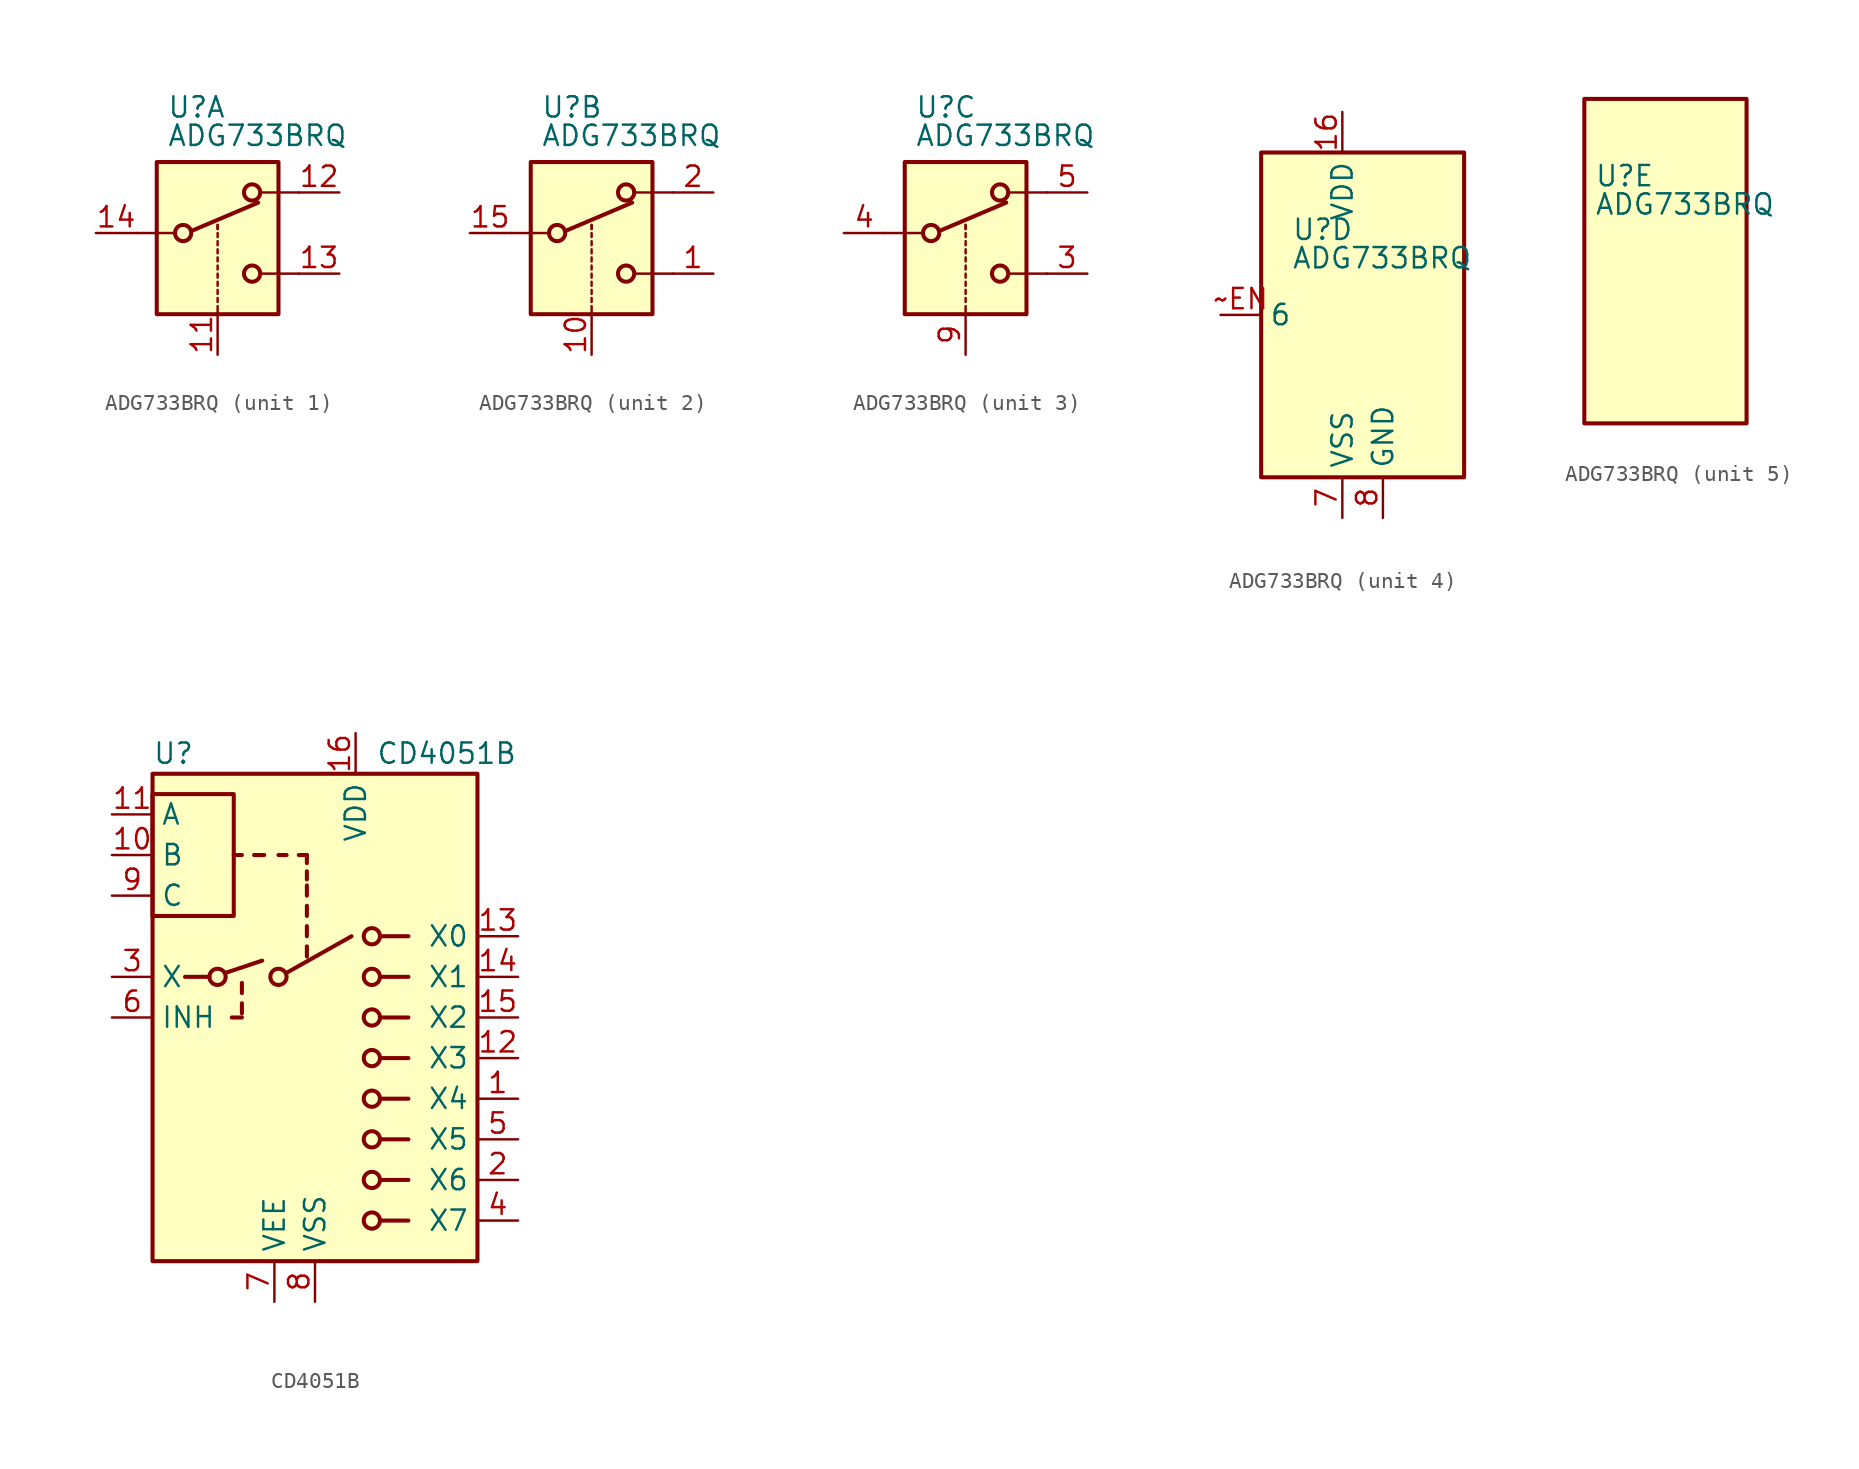
<source format=kicad_sym>
(kicad_symbol_lib
  (version 20201005)
  (generator kicad_symbol_editor)
  (symbol "ADG733BRQ"
    (property "Reference" "U"
      (at -3.175 5.334 0)
      (effects (font (size 1.27 1.27)) (justify left)))
    (property "Value" "ADG733BRQ"
      (at -3.175 3.556 0)
      (effects (font (size 1.27 1.27)) (justify left)))
    (symbol "ADG733BRQ_1_1"
      (circle (center -2.159 -2.54) (radius 0.508) (stroke (width 0.254)) (fill (type none)))
      (circle (center 2.159 -5.08) (radius 0.508) (stroke (width 0.254)) (fill (type none)))
      (circle (center 2.159 0) (radius 0.508) (stroke (width 0.254)) (fill (type none)))
      (rectangle (start -3.81 1.905) (end 3.81 -7.62) (stroke (width 0.254)) (fill (type background)))
      (polyline (pts (xy -5.08 -2.54) (xy -2.794 -2.54)) (stroke (width 0)) (fill (type none)))
      (polyline (pts (xy -1.651 -2.413) (xy 2.54 -0.635)) (stroke (width 0.254)) (fill (type none)))
      (polyline (pts (xy 0 -7.62) (xy 0 -7.112)) (stroke (width 0)) (fill (type none)))
      (polyline (pts (xy 0 -6.858) (xy 0 -6.604)) (stroke (width 0)) (fill (type none)))
      (polyline (pts (xy 0 -6.35) (xy 0 -6.096)) (stroke (width 0)) (fill (type none)))
      (polyline (pts (xy 0 -5.842) (xy 0 -5.588)) (stroke (width 0)) (fill (type none)))
      (polyline (pts (xy 0 -5.334) (xy 0 -5.08)) (stroke (width 0)) (fill (type none)))
      (polyline (pts (xy 0 -4.826) (xy 0 -4.572)) (stroke (width 0)) (fill (type none)))
      (polyline (pts (xy 0 -4.318) (xy 0 -4.064)) (stroke (width 0)) (fill (type none)))
      (polyline (pts (xy 0 -3.81) (xy 0 -3.556)) (stroke (width 0)) (fill (type none)))
      (polyline (pts (xy 0 -3.302) (xy 0 -3.048)) (stroke (width 0)) (fill (type none)))
      (polyline (pts (xy 0 -2.794) (xy 0 -2.54)) (stroke (width 0)) (fill (type none)))
      (polyline (pts (xy 0 -2.286) (xy 0 -2.032)) (stroke (width 0)) (fill (type none)))
      (polyline (pts (xy 0 -2.286) (xy 0 -2.032)) (stroke (width 0)) (fill (type none)))
      (polyline (pts (xy 5.08 -5.08) (xy 2.794 -5.08)) (stroke (width 0)) (fill (type none)))
      (polyline (pts (xy 5.08 0) (xy 2.794 0)) (stroke (width 0)) (fill (type none)))
      (pin input line (at 0 -10.16 90) (length 2.54) (name "~" (effects (font (size 1.27 1.27)))) (number "11" (effects (font (size 1.27 1.27)))))
      (pin passive line (at 7.62 0 180) (length 2.54) (name "~" (effects (font (size 1.27 1.27)))) (number "12" (effects (font (size 1.27 1.27)))))
      (pin passive line (at 7.62 -5.08 180) (length 2.54) (name "~" (effects (font (size 1.27 1.27)))) (number "13" (effects (font (size 1.27 1.27)))))
      (pin passive line (at -7.62 -2.54 0) (length 2.54) (name "~" (effects (font (size 1.27 1.27)))) (number "14" (effects (font (size 1.27 1.27))))))
    (symbol "ADG733BRQ_2_1"
      (circle (center -2.159 -2.54) (radius 0.508) (stroke (width 0.254)) (fill (type none)))
      (circle (center 2.159 -5.08) (radius 0.508) (stroke (width 0.254)) (fill (type none)))
      (circle (center 2.159 0) (radius 0.508) (stroke (width 0.254)) (fill (type none)))
      (rectangle (start -3.81 1.905) (end 3.81 -7.62) (stroke (width 0.254)) (fill (type background)))
      (polyline (pts (xy -5.08 -2.54) (xy -2.794 -2.54)) (stroke (width 0)) (fill (type none)))
      (polyline (pts (xy -1.651 -2.413) (xy 2.54 -0.635)) (stroke (width 0.254)) (fill (type none)))
      (polyline (pts (xy 0 -7.62) (xy 0 -7.112)) (stroke (width 0)) (fill (type none)))
      (polyline (pts (xy 0 -6.858) (xy 0 -6.604)) (stroke (width 0)) (fill (type none)))
      (polyline (pts (xy 0 -6.35) (xy 0 -6.096)) (stroke (width 0)) (fill (type none)))
      (polyline (pts (xy 0 -5.842) (xy 0 -5.588)) (stroke (width 0)) (fill (type none)))
      (polyline (pts (xy 0 -5.334) (xy 0 -5.08)) (stroke (width 0)) (fill (type none)))
      (polyline (pts (xy 0 -4.826) (xy 0 -4.572)) (stroke (width 0)) (fill (type none)))
      (polyline (pts (xy 0 -4.318) (xy 0 -4.064)) (stroke (width 0)) (fill (type none)))
      (polyline (pts (xy 0 -3.81) (xy 0 -3.556)) (stroke (width 0)) (fill (type none)))
      (polyline (pts (xy 0 -3.302) (xy 0 -3.048)) (stroke (width 0)) (fill (type none)))
      (polyline (pts (xy 0 -2.794) (xy 0 -2.54)) (stroke (width 0)) (fill (type none)))
      (polyline (pts (xy 0 -2.286) (xy 0 -2.032)) (stroke (width 0)) (fill (type none)))
      (polyline (pts (xy 0 -2.286) (xy 0 -2.032)) (stroke (width 0)) (fill (type none)))
      (polyline (pts (xy 5.08 -5.08) (xy 2.794 -5.08)) (stroke (width 0)) (fill (type none)))
      (polyline (pts (xy 5.08 0) (xy 2.794 0)) (stroke (width 0)) (fill (type none)))
      (pin passive line (at 7.62 -5.08 180) (length 2.54) (name "~" (effects (font (size 1.27 1.27)))) (number "1" (effects (font (size 1.27 1.27)))))
      (pin input line (at 0 -10.16 90) (length 2.54) (name "~" (effects (font (size 1.27 1.27)))) (number "10" (effects (font (size 1.27 1.27)))))
      (pin passive line (at -7.62 -2.54 0) (length 2.54) (name "~" (effects (font (size 1.27 1.27)))) (number "15" (effects (font (size 1.27 1.27)))))
      (pin passive line (at 7.62 0 180) (length 2.54) (name "~" (effects (font (size 1.27 1.27)))) (number "2" (effects (font (size 1.27 1.27))))))
    (symbol "ADG733BRQ_3_1"
      (circle (center -2.159 -2.54) (radius 0.508) (stroke (width 0.254)) (fill (type none)))
      (circle (center 2.159 -5.08) (radius 0.508) (stroke (width 0.254)) (fill (type none)))
      (circle (center 2.159 0) (radius 0.508) (stroke (width 0.254)) (fill (type none)))
      (rectangle (start -3.81 1.905) (end 3.81 -7.62) (stroke (width 0.254)) (fill (type background)))
      (polyline (pts (xy -5.08 -2.54) (xy -2.794 -2.54)) (stroke (width 0)) (fill (type none)))
      (polyline (pts (xy -1.651 -2.413) (xy 2.54 -0.635)) (stroke (width 0.254)) (fill (type none)))
      (polyline (pts (xy 0 -7.62) (xy 0 -7.112)) (stroke (width 0)) (fill (type none)))
      (polyline (pts (xy 0 -6.858) (xy 0 -6.604)) (stroke (width 0)) (fill (type none)))
      (polyline (pts (xy 0 -6.35) (xy 0 -6.096)) (stroke (width 0)) (fill (type none)))
      (polyline (pts (xy 0 -5.842) (xy 0 -5.588)) (stroke (width 0)) (fill (type none)))
      (polyline (pts (xy 0 -5.334) (xy 0 -5.08)) (stroke (width 0)) (fill (type none)))
      (polyline (pts (xy 0 -4.826) (xy 0 -4.572)) (stroke (width 0)) (fill (type none)))
      (polyline (pts (xy 0 -4.318) (xy 0 -4.064)) (stroke (width 0)) (fill (type none)))
      (polyline (pts (xy 0 -3.81) (xy 0 -3.556)) (stroke (width 0)) (fill (type none)))
      (polyline (pts (xy 0 -3.302) (xy 0 -3.048)) (stroke (width 0)) (fill (type none)))
      (polyline (pts (xy 0 -2.794) (xy 0 -2.54)) (stroke (width 0)) (fill (type none)))
      (polyline (pts (xy 0 -2.286) (xy 0 -2.032)) (stroke (width 0)) (fill (type none)))
      (polyline (pts (xy 0 -2.286) (xy 0 -2.032)) (stroke (width 0)) (fill (type none)))
      (polyline (pts (xy 5.08 -5.08) (xy 2.794 -5.08)) (stroke (width 0)) (fill (type none)))
      (polyline (pts (xy 5.08 0) (xy 2.794 0)) (stroke (width 0)) (fill (type none)))
      (pin passive line (at 7.62 -5.08 180) (length 2.54) (name "~" (effects (font (size 1.27 1.27)))) (number "3" (effects (font (size 1.27 1.27)))))
      (pin passive line (at -7.62 -2.54 0) (length 2.54) (name "~" (effects (font (size 1.27 1.27)))) (number "4" (effects (font (size 1.27 1.27)))))
      (pin passive line (at 7.62 0 180) (length 2.54) (name "~" (effects (font (size 1.27 1.27)))) (number "5" (effects (font (size 1.27 1.27)))))
      (pin input line (at 0 -10.16 90) (length 2.54) (name "~" (effects (font (size 1.27 1.27)))) (number "9" (effects (font (size 1.27 1.27))))))
    (symbol "ADG733BRQ_4_0"
      (pin power_in line (at 0 12.7 270) (length 2.54) (name "VDD" (effects (font (size 1.27 1.27)))) (number "16" (effects (font (size 1.27 1.27)))))
      (pin power_in line (at 0 -12.7 90) (length 2.54) (name "VSS" (effects (font (size 1.27 1.27)))) (number "7" (effects (font (size 1.27 1.27)))))
      (pin power_in line (at 2.54 -12.7 90) (length 2.54) (name "GND" (effects (font (size 1.27 1.27)))) (number "8" (effects (font (size 1.27 1.27)))))
      (pin input line (at -7.62 0 0) (length 2.54) (name "6" (effects (font (size 1.27 1.27)))) (number "~EN" (effects (font (size 1.27 1.27))))))
    (symbol "ADG733BRQ_4_1"
      (rectangle (start -5.08 10.16) (end 7.62 -10.16) (stroke (width 0.254)) (fill (type background))))
    (symbol "ADG733BRQ_5_1"
      (rectangle (start -3.81 10.16) (end 6.35 -10.16) (stroke (width 0.254)) (fill (type background)))))
  (symbol "CD4051B"
    (property "Reference" "U"
      (at -10.16 16.51 0)
      (effects (font (size 1.27 1.27)) (justify left)))
    (property "Value" "CD4051B"
      (at 3.81 16.51 0)
      (effects (font (size 1.27 1.27)) (justify left)))
    (symbol "CD4051B_0_1"
      (circle (center -6.096 2.54) (radius 0.508) (stroke (width 0.254)) (fill (type none)))
      (circle (center -2.286 2.54) (radius 0.508) (stroke (width 0.254)) (fill (type none)))
      (circle (center 3.556 -12.7) (radius 0.508) (stroke (width 0.254)) (fill (type none)))
      (circle (center 3.556 -10.16) (radius 0.508) (stroke (width 0.254)) (fill (type none)))
      (circle (center 3.556 -7.62) (radius 0.508) (stroke (width 0.254)) (fill (type none)))
      (circle (center 3.556 -5.08) (radius 0.508) (stroke (width 0.254)) (fill (type none)))
      (circle (center 3.556 -2.54) (radius 0.508) (stroke (width 0.254)) (fill (type none)))
      (circle (center 3.556 0) (radius 0.508) (stroke (width 0.254)) (fill (type none)))
      (circle (center 3.556 2.54) (radius 0.508) (stroke (width 0.254)) (fill (type none)))
      (circle (center 3.556 5.08) (radius 0.508) (stroke (width 0.254)) (fill (type none)))
      (rectangle (start -10.16 6.35) (end -5.08 13.97) (stroke (width 0.254)) (fill (type none)))
      (rectangle (start -10.16 15.24) (end 10.16 -15.24) (stroke (width 0.254)) (fill (type background)))
      (polyline (pts (xy -8.128 2.54) (xy -6.604 2.54)) (stroke (width 0.254)) (fill (type none)))
      (polyline (pts (xy -5.588 2.794) (xy -3.302 3.556)) (stroke (width 0.254)) (fill (type none)))
      (polyline (pts (xy -4.572 0) (xy -5.207 0)) (stroke (width 0.254)) (fill (type none)))
      (polyline (pts (xy -4.572 0.254) (xy -4.572 0.889)) (stroke (width 0.254)) (fill (type none)))
      (polyline (pts (xy -4.572 1.524) (xy -4.572 2.159)) (stroke (width 0.254)) (fill (type none)))
      (polyline (pts (xy -4.572 10.16) (xy -5.08 10.16)) (stroke (width 0.254)) (fill (type none)))
      (polyline (pts (xy -3.81 10.16) (xy -3.175 10.16)) (stroke (width 0.254)) (fill (type none)))
      (polyline (pts (xy -1.778 2.794) (xy 2.286 5.08)) (stroke (width 0.254)) (fill (type none)))
      (polyline (pts (xy -1.778 10.16) (xy -2.286 10.16)) (stroke (width 0.254)) (fill (type none)))
      (polyline (pts (xy -0.508 3.81) (xy -0.508 4.445)) (stroke (width 0.254)) (fill (type none)))
      (polyline (pts (xy -0.508 5.08) (xy -0.508 5.715)) (stroke (width 0.254)) (fill (type none)))
      (polyline (pts (xy -0.508 6.35) (xy -0.508 6.985)) (stroke (width 0.254)) (fill (type none)))
      (polyline (pts (xy -0.508 7.62) (xy -0.508 8.255)) (stroke (width 0.254)) (fill (type none)))
      (polyline (pts (xy -0.508 8.636) (xy -0.508 9.144)) (stroke (width 0.254)) (fill (type none)))
      (polyline (pts (xy -0.508 9.652) (xy -0.508 10.16)) (stroke (width 0.254)) (fill (type none)))
      (polyline (pts (xy -0.508 10.16) (xy -1.016 10.16)) (stroke (width 0.254)) (fill (type none)))
      (polyline (pts (xy 4.064 -12.7) (xy 5.842 -12.7)) (stroke (width 0.254)) (fill (type none)))
      (polyline (pts (xy 4.064 -10.16) (xy 5.842 -10.16)) (stroke (width 0.254)) (fill (type none)))
      (polyline (pts (xy 4.064 -7.62) (xy 5.842 -7.62)) (stroke (width 0.254)) (fill (type none)))
      (polyline (pts (xy 4.064 -5.08) (xy 5.842 -5.08)) (stroke (width 0.254)) (fill (type none)))
      (polyline (pts (xy 4.064 -2.54) (xy 5.842 -2.54)) (stroke (width 0.254)) (fill (type none)))
      (polyline (pts (xy 4.064 0) (xy 5.842 0)) (stroke (width 0.254)) (fill (type none)))
      (polyline (pts (xy 4.064 2.54) (xy 5.842 2.54)) (stroke (width 0.254)) (fill (type none)))
      (polyline (pts (xy 4.064 5.08) (xy 5.842 5.08)) (stroke (width 0.254)) (fill (type none))))
    (symbol "CD4051B_1_1"
      (pin bidirectional line (at 12.7 -5.08 180) (length 2.54) (name "X4" (effects (font (size 1.27 1.27)))) (number "1" (effects (font (size 1.27 1.27)))))
      (pin input line (at -12.7 10.16 0) (length 2.54) (name "B" (effects (font (size 1.27 1.27)))) (number "10" (effects (font (size 1.27 1.27)))))
      (pin input line (at -12.7 12.7 0) (length 2.54) (name "A" (effects (font (size 1.27 1.27)))) (number "11" (effects (font (size 1.27 1.27)))))
      (pin bidirectional line (at 12.7 -2.54 180) (length 2.54) (name "X3" (effects (font (size 1.27 1.27)))) (number "12" (effects (font (size 1.27 1.27)))))
      (pin bidirectional line (at 12.7 5.08 180) (length 2.54) (name "X0" (effects (font (size 1.27 1.27)))) (number "13" (effects (font (size 1.27 1.27)))))
      (pin bidirectional line (at 12.7 2.54 180) (length 2.54) (name "X1" (effects (font (size 1.27 1.27)))) (number "14" (effects (font (size 1.27 1.27)))))
      (pin bidirectional line (at 12.7 0 180) (length 2.54) (name "X2" (effects (font (size 1.27 1.27)))) (number "15" (effects (font (size 1.27 1.27)))))
      (pin power_in line (at 2.54 17.78 270) (length 2.54) (name "VDD" (effects (font (size 1.27 1.27)))) (number "16" (effects (font (size 1.27 1.27)))))
      (pin bidirectional line (at 12.7 -10.16 180) (length 2.54) (name "X6" (effects (font (size 1.27 1.27)))) (number "2" (effects (font (size 1.27 1.27)))))
      (pin bidirectional line (at -12.7 2.54 0) (length 2.54) (name "X" (effects (font (size 1.27 1.27)))) (number "3" (effects (font (size 1.27 1.27)))))
      (pin bidirectional line (at 12.7 -12.7 180) (length 2.54) (name "X7" (effects (font (size 1.27 1.27)))) (number "4" (effects (font (size 1.27 1.27)))))
      (pin bidirectional line (at 12.7 -7.62 180) (length 2.54) (name "X5" (effects (font (size 1.27 1.27)))) (number "5" (effects (font (size 1.27 1.27)))))
      (pin input line (at -12.7 0 0) (length 2.54) (name "INH" (effects (font (size 1.27 1.27)))) (number "6" (effects (font (size 1.27 1.27)))))
      (pin power_in line (at -2.54 -17.78 90) (length 2.54) (name "VEE" (effects (font (size 1.27 1.27)))) (number "7" (effects (font (size 1.27 1.27)))))
      (pin power_in line (at 0 -17.78 90) (length 2.54) (name "VSS" (effects (font (size 1.27 1.27)))) (number "8" (effects (font (size 1.27 1.27)))))
      (pin input line (at -12.7 7.62 0) (length 2.54) (name "C" (effects (font (size 1.27 1.27)))) (number "9" (effects (font (size 1.27 1.27))))))))
</source>
